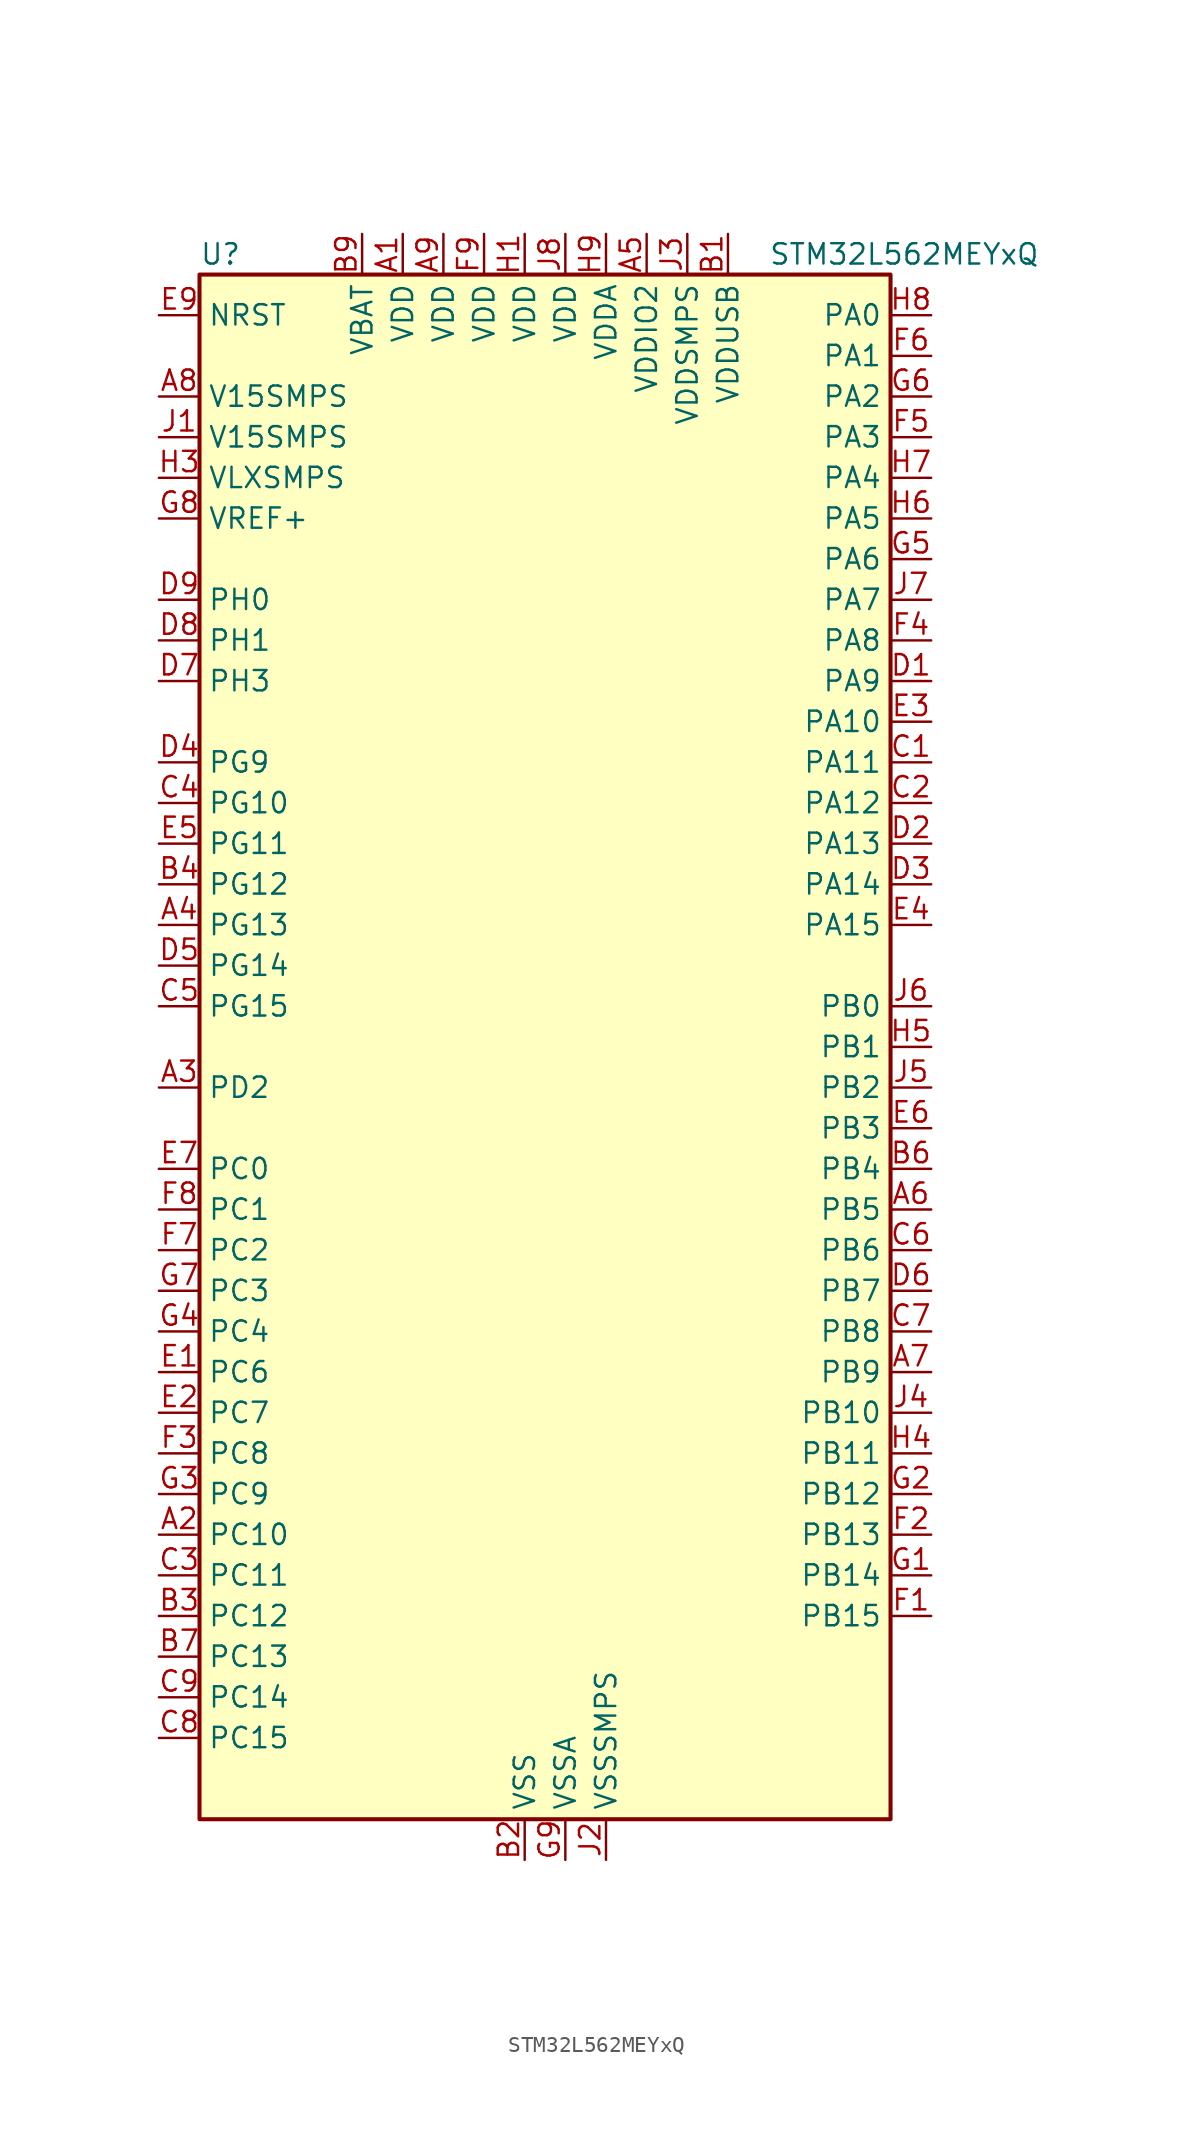
<source format=kicad_sym>
(kicad_symbol_lib
  (version 20220914)
  (generator kicad_symbol_editor)
  (symbol "STM32L562MEYxQ"
    (property "Reference" "U"
      (at -20.32 49.53 0)
      (effects (font (size 1.27 1.27)) (justify left)))
    (property "Value" "STM32L562MEYxQ"
      (at 15.24 49.53 0)
      (effects (font (size 1.27 1.27)) (justify left)))
    (property "ki_locked" ""
      (at 0 0 0)
      (effects (font (size 1.27 1.27))))
    (symbol "STM32L562MEYxQ_0_1"
      (rectangle (start -20.32 -48.26) (end 22.86 48.26) (stroke (width 0.254) (type default)) (fill (type background))))
    (symbol "STM32L562MEYxQ_1_1"
      (pin power_in line (at -7.62 50.8 270) (length 2.54) (name "VDD" (effects (font (size 1.27 1.27)))) (number "A1" (effects (font (size 1.27 1.27)))))
      (pin bidirectional line (at -22.86 -30.48 0) (length 2.54) (name "PC10" (effects (font (size 1.27 1.27)))) (number "A2" (effects (font (size 1.27 1.27)))) (alternate "DEBUG_TRACED1" bidirectional line) (alternate "LPTIM3_ETR" bidirectional line) (alternate "SAI2_SCK_B" bidirectional line) (alternate "SDMMC1_D2" bidirectional line) (alternate "SPI3_SCK" bidirectional line) (alternate "TSC_G3_IO2" bidirectional line) (alternate "UART4_TX" bidirectional line) (alternate "USART3_TX" bidirectional line))
      (pin bidirectional line (at -22.86 -2.54 0) (length 2.54) (name "PD2" (effects (font (size 1.27 1.27)))) (number "A3" (effects (font (size 1.27 1.27)))) (alternate "DEBUG_TRACED2" bidirectional line) (alternate "SDMMC1_CMD" bidirectional line) (alternate "TIM3_ETR" bidirectional line) (alternate "TSC_SYNC" bidirectional line) (alternate "UART5_RX" bidirectional line) (alternate "USART3_DE" bidirectional line) (alternate "USART3_RTS" bidirectional line))
      (pin bidirectional line (at -22.86 7.62 0) (length 2.54) (name "PG13" (effects (font (size 1.27 1.27)))) (number "A4" (effects (font (size 1.27 1.27)))) (alternate "I2C1_SDA" bidirectional line) (alternate "USART1_CK" bidirectional line))
      (pin power_in line (at 7.62 50.8 270) (length 2.54) (name "VDDIO2" (effects (font (size 1.27 1.27)))) (number "A5" (effects (font (size 1.27 1.27)))))
      (pin bidirectional line (at 25.4 -10.16 180) (length 2.54) (name "PB5" (effects (font (size 1.27 1.27)))) (number "A6" (effects (font (size 1.27 1.27)))) (alternate "COMP2_OUT" bidirectional line) (alternate "I2C1_SMBA" bidirectional line) (alternate "LPTIM1_IN1" bidirectional line) (alternate "OCTOSPI1_NCLK" bidirectional line) (alternate "SAI1_SD_B" bidirectional line) (alternate "SPI1_MOSI" bidirectional line) (alternate "SPI3_MOSI" bidirectional line) (alternate "TIM16_BKIN" bidirectional line) (alternate "TIM3_CH2" bidirectional line) (alternate "TSC_G2_IO2" bidirectional line) (alternate "UART5_CTS" bidirectional line) (alternate "UCPD1_DBCC1" bidirectional line) (alternate "USART1_CK" bidirectional line))
      (pin bidirectional line (at 25.4 -20.32 180) (length 2.54) (name "PB9" (effects (font (size 1.27 1.27)))) (number "A7" (effects (font (size 1.27 1.27)))) (alternate "DAC1_EXTI9" bidirectional line) (alternate "FDCAN1_TX" bidirectional line) (alternate "I2C1_SDA" bidirectional line) (alternate "IR_OUT" bidirectional line) (alternate "SAI1_D2" bidirectional line) (alternate "SAI1_FS_A" bidirectional line) (alternate "SDMMC1_CDIR" bidirectional line) (alternate "SDMMC1_D5" bidirectional line) (alternate "SPI2_NSS" bidirectional line) (alternate "TIM17_CH1" bidirectional line) (alternate "TIM4_CH4" bidirectional line))
      (pin power_in line (at -22.86 40.64 0) (length 2.54) (name "V15SMPS" (effects (font (size 1.27 1.27)))) (number "A8" (effects (font (size 1.27 1.27)))))
      (pin power_in line (at -5.08 50.8 270) (length 2.54) (name "VDD" (effects (font (size 1.27 1.27)))) (number "A9" (effects (font (size 1.27 1.27)))))
      (pin power_in line (at 12.7 50.8 270) (length 2.54) (name "VDDUSB" (effects (font (size 1.27 1.27)))) (number "B1" (effects (font (size 1.27 1.27)))))
      (pin power_in line (at 0 -50.8 90) (length 2.54) (name "VSS" (effects (font (size 1.27 1.27)))) (number "B2" (effects (font (size 1.27 1.27)))))
      (pin bidirectional line (at -22.86 -35.56 0) (length 2.54) (name "PC12" (effects (font (size 1.27 1.27)))) (number "B3" (effects (font (size 1.27 1.27)))) (alternate "DEBUG_TRACED3" bidirectional line) (alternate "SAI2_SD_B" bidirectional line) (alternate "SDMMC1_CK" bidirectional line) (alternate "SPI3_MOSI" bidirectional line) (alternate "TSC_G3_IO4" bidirectional line) (alternate "UART5_TX" bidirectional line) (alternate "USART3_CK" bidirectional line))
      (pin bidirectional line (at -22.86 10.16 0) (length 2.54) (name "PG12" (effects (font (size 1.27 1.27)))) (number "B4" (effects (font (size 1.27 1.27)))) (alternate "LPTIM1_ETR" bidirectional line) (alternate "SAI2_SD_A" bidirectional line) (alternate "SPI3_NSS" bidirectional line) (alternate "USART1_DE" bidirectional line) (alternate "USART1_RTS" bidirectional line))
      (pin passive line (at 0 -50.8 90) (length 2.54) hide (name "VSS" (effects (font (size 1.27 1.27)))) (number "B5" (effects (font (size 1.27 1.27)))))
      (pin bidirectional line (at 25.4 -7.62 180) (length 2.54) (name "PB4" (effects (font (size 1.27 1.27)))) (number "B6" (effects (font (size 1.27 1.27)))) (alternate "COMP2_INP" bidirectional line) (alternate "DEBUG_JTRST" bidirectional line) (alternate "I2C3_SDA" bidirectional line) (alternate "SAI1_MCLK_B" bidirectional line) (alternate "SPI1_MISO" bidirectional line) (alternate "SPI3_MISO" bidirectional line) (alternate "TIM17_BKIN" bidirectional line) (alternate "TIM3_CH1" bidirectional line) (alternate "TSC_G2_IO1" bidirectional line) (alternate "UART5_DE" bidirectional line) (alternate "UART5_RTS" bidirectional line) (alternate "USART1_CTS" bidirectional line) (alternate "USART1_NSS" bidirectional line))
      (pin bidirectional line (at -22.86 -38.1 0) (length 2.54) (name "PC13" (effects (font (size 1.27 1.27)))) (number "B7" (effects (font (size 1.27 1.27)))) (alternate "PWR_WKUP2" bidirectional line) (alternate "RTC_OUT1" bidirectional line) (alternate "RTC_TS" bidirectional line) (alternate "TAMP_IN1" bidirectional line) (alternate "TAMP_OUT2" bidirectional line))
      (pin passive line (at 0 -50.8 90) (length 2.54) hide (name "VSS" (effects (font (size 1.27 1.27)))) (number "B8" (effects (font (size 1.27 1.27)))))
      (pin power_in line (at -10.16 50.8 270) (length 2.54) (name "VBAT" (effects (font (size 1.27 1.27)))) (number "B9" (effects (font (size 1.27 1.27)))))
      (pin bidirectional line (at 25.4 17.78 180) (length 2.54) (name "PA11" (effects (font (size 1.27 1.27)))) (number "C1" (effects (font (size 1.27 1.27)))) (alternate "ADC1_EXTI11" bidirectional line) (alternate "ADC2_EXTI11" bidirectional line) (alternate "FDCAN1_RX" bidirectional line) (alternate "SPI1_MISO" bidirectional line) (alternate "TIM1_BKIN2" bidirectional line) (alternate "TIM1_CH4" bidirectional line) (alternate "USART1_CTS" bidirectional line) (alternate "USART1_NSS" bidirectional line) (alternate "USB_DM" bidirectional line))
      (pin bidirectional line (at 25.4 15.24 180) (length 2.54) (name "PA12" (effects (font (size 1.27 1.27)))) (number "C2" (effects (font (size 1.27 1.27)))) (alternate "FDCAN1_TX" bidirectional line) (alternate "SPI1_MOSI" bidirectional line) (alternate "TIM1_ETR" bidirectional line) (alternate "USART1_DE" bidirectional line) (alternate "USART1_RTS" bidirectional line) (alternate "USB_DP" bidirectional line))
      (pin bidirectional line (at -22.86 -33.02 0) (length 2.54) (name "PC11" (effects (font (size 1.27 1.27)))) (number "C3" (effects (font (size 1.27 1.27)))) (alternate "ADC1_EXTI11" bidirectional line) (alternate "ADC2_EXTI11" bidirectional line) (alternate "LPTIM3_IN1" bidirectional line) (alternate "OCTOSPI1_NCS" bidirectional line) (alternate "SAI2_MCLK_B" bidirectional line) (alternate "SDMMC1_D3" bidirectional line) (alternate "SPI3_MISO" bidirectional line) (alternate "TSC_G3_IO3" bidirectional line) (alternate "UART4_RX" bidirectional line) (alternate "UCPD1_FRSTX2" bidirectional line) (alternate "USART3_RX" bidirectional line))
      (pin bidirectional line (at -22.86 15.24 0) (length 2.54) (name "PG10" (effects (font (size 1.27 1.27)))) (number "C4" (effects (font (size 1.27 1.27)))) (alternate "LPTIM1_IN1" bidirectional line) (alternate "SAI2_FS_A" bidirectional line) (alternate "SPI3_MISO" bidirectional line) (alternate "TIM15_CH1" bidirectional line) (alternate "USART1_RX" bidirectional line))
      (pin bidirectional line (at -22.86 2.54 0) (length 2.54) (name "PG15" (effects (font (size 1.27 1.27)))) (number "C5" (effects (font (size 1.27 1.27)))) (alternate "ADC1_EXTI15" bidirectional line) (alternate "ADC2_EXTI15" bidirectional line) (alternate "I2C1_SMBA" bidirectional line) (alternate "LPTIM1_OUT" bidirectional line))
      (pin bidirectional line (at 25.4 -12.7 180) (length 2.54) (name "PB6" (effects (font (size 1.27 1.27)))) (number "C6" (effects (font (size 1.27 1.27)))) (alternate "COMP2_INP" bidirectional line) (alternate "I2C1_SCL" bidirectional line) (alternate "I2C4_SCL" bidirectional line) (alternate "LPTIM1_ETR" bidirectional line) (alternate "SAI1_FS_B" bidirectional line) (alternate "TIM16_CH1N" bidirectional line) (alternate "TIM4_CH1" bidirectional line) (alternate "TIM8_BKIN2" bidirectional line) (alternate "TSC_G2_IO3" bidirectional line) (alternate "USART1_TX" bidirectional line))
      (pin bidirectional line (at 25.4 -17.78 180) (length 2.54) (name "PB8" (effects (font (size 1.27 1.27)))) (number "C7" (effects (font (size 1.27 1.27)))) (alternate "DFSDM1_CKOUT" bidirectional line) (alternate "FDCAN1_RX" bidirectional line) (alternate "I2C1_SCL" bidirectional line) (alternate "SAI1_CK1" bidirectional line) (alternate "SAI1_MCLK_A" bidirectional line) (alternate "SDMMC1_CKIN" bidirectional line) (alternate "SDMMC1_D4" bidirectional line) (alternate "TIM16_CH1" bidirectional line) (alternate "TIM4_CH3" bidirectional line))
      (pin bidirectional line (at -22.86 -43.18 0) (length 2.54) (name "PC15" (effects (font (size 1.27 1.27)))) (number "C8" (effects (font (size 1.27 1.27)))) (alternate "ADC1_EXTI15" bidirectional line) (alternate "ADC2_EXTI15" bidirectional line) (alternate "RCC_OSC32_OUT" bidirectional line))
      (pin bidirectional line (at -22.86 -40.64 0) (length 2.54) (name "PC14" (effects (font (size 1.27 1.27)))) (number "C9" (effects (font (size 1.27 1.27)))) (alternate "RCC_OSC32_IN" bidirectional line))
      (pin bidirectional line (at 25.4 22.86 180) (length 2.54) (name "PA9" (effects (font (size 1.27 1.27)))) (number "D1" (effects (font (size 1.27 1.27)))) (alternate "DAC1_EXTI9" bidirectional line) (alternate "SAI1_FS_A" bidirectional line) (alternate "SPI2_SCK" bidirectional line) (alternate "TIM15_BKIN" bidirectional line) (alternate "TIM1_CH2" bidirectional line) (alternate "USART1_TX" bidirectional line))
      (pin bidirectional line (at 25.4 12.7 180) (length 2.54) (name "PA13" (effects (font (size 1.27 1.27)))) (number "D2" (effects (font (size 1.27 1.27)))) (alternate "DEBUG_JTMS-SWDIO" bidirectional line) (alternate "IR_OUT" bidirectional line) (alternate "SAI1_SD_B" bidirectional line) (alternate "USB_NOE" bidirectional line))
      (pin bidirectional line (at 25.4 10.16 180) (length 2.54) (name "PA14" (effects (font (size 1.27 1.27)))) (number "D3" (effects (font (size 1.27 1.27)))) (alternate "DEBUG_JTCK-SWCLK" bidirectional line) (alternate "I2C1_SMBA" bidirectional line) (alternate "I2C4_SMBA" bidirectional line) (alternate "LPTIM1_OUT" bidirectional line) (alternate "SAI1_FS_B" bidirectional line))
      (pin bidirectional line (at -22.86 17.78 0) (length 2.54) (name "PG9" (effects (font (size 1.27 1.27)))) (number "D4" (effects (font (size 1.27 1.27)))) (alternate "DAC1_EXTI9" bidirectional line) (alternate "SAI2_SCK_A" bidirectional line) (alternate "SPI3_SCK" bidirectional line) (alternate "TIM15_CH1N" bidirectional line) (alternate "USART1_TX" bidirectional line))
      (pin bidirectional line (at -22.86 5.08 0) (length 2.54) (name "PG14" (effects (font (size 1.27 1.27)))) (number "D5" (effects (font (size 1.27 1.27)))) (alternate "I2C1_SCL" bidirectional line))
      (pin bidirectional line (at 25.4 -15.24 180) (length 2.54) (name "PB7" (effects (font (size 1.27 1.27)))) (number "D6" (effects (font (size 1.27 1.27)))) (alternate "COMP2_INM" bidirectional line) (alternate "I2C1_SDA" bidirectional line) (alternate "I2C4_SDA" bidirectional line) (alternate "LPTIM1_IN2" bidirectional line) (alternate "PWR_PVD_IN" bidirectional line) (alternate "TIM17_CH1N" bidirectional line) (alternate "TIM4_CH2" bidirectional line) (alternate "TIM8_BKIN" bidirectional line) (alternate "TSC_G2_IO4" bidirectional line) (alternate "UART4_CTS" bidirectional line) (alternate "USART1_RX" bidirectional line))
      (pin bidirectional line (at -22.86 22.86 0) (length 2.54) (name "PH3" (effects (font (size 1.27 1.27)))) (number "D7" (effects (font (size 1.27 1.27)))))
      (pin bidirectional line (at -22.86 25.4 0) (length 2.54) (name "PH1" (effects (font (size 1.27 1.27)))) (number "D8" (effects (font (size 1.27 1.27)))) (alternate "RCC_OSC_OUT" bidirectional line))
      (pin bidirectional line (at -22.86 27.94 0) (length 2.54) (name "PH0" (effects (font (size 1.27 1.27)))) (number "D9" (effects (font (size 1.27 1.27)))) (alternate "RCC_OSC_IN" bidirectional line))
      (pin bidirectional line (at -22.86 -20.32 0) (length 2.54) (name "PC6" (effects (font (size 1.27 1.27)))) (number "E1" (effects (font (size 1.27 1.27)))) (alternate "DFSDM1_CKIN3" bidirectional line) (alternate "SAI2_MCLK_A" bidirectional line) (alternate "SDMMC1_D0DIR" bidirectional line) (alternate "SDMMC1_D6" bidirectional line) (alternate "TIM3_CH1" bidirectional line) (alternate "TIM8_CH1" bidirectional line) (alternate "TSC_G4_IO1" bidirectional line))
      (pin bidirectional line (at -22.86 -22.86 0) (length 2.54) (name "PC7" (effects (font (size 1.27 1.27)))) (number "E2" (effects (font (size 1.27 1.27)))) (alternate "DFSDM1_DATIN3" bidirectional line) (alternate "SAI2_MCLK_B" bidirectional line) (alternate "SDMMC1_D123DIR" bidirectional line) (alternate "SDMMC1_D7" bidirectional line) (alternate "TIM3_CH2" bidirectional line) (alternate "TIM8_CH2" bidirectional line) (alternate "TSC_G4_IO2" bidirectional line))
      (pin bidirectional line (at 25.4 20.32 180) (length 2.54) (name "PA10" (effects (font (size 1.27 1.27)))) (number "E3" (effects (font (size 1.27 1.27)))) (alternate "CRS_SYNC" bidirectional line) (alternate "SAI1_D1" bidirectional line) (alternate "SAI1_SD_A" bidirectional line) (alternate "TIM17_BKIN" bidirectional line) (alternate "TIM1_CH3" bidirectional line) (alternate "USART1_RX" bidirectional line))
      (pin bidirectional line (at 25.4 7.62 180) (length 2.54) (name "PA15" (effects (font (size 1.27 1.27)))) (number "E4" (effects (font (size 1.27 1.27)))) (alternate "ADC1_EXTI15" bidirectional line) (alternate "ADC2_EXTI15" bidirectional line) (alternate "DEBUG_JTDI" bidirectional line) (alternate "SAI2_FS_B" bidirectional line) (alternate "SPI1_NSS" bidirectional line) (alternate "SPI3_NSS" bidirectional line) (alternate "TIM2_CH1" bidirectional line) (alternate "TIM2_ETR" bidirectional line) (alternate "UART4_DE" bidirectional line) (alternate "UART4_RTS" bidirectional line) (alternate "UCPD1_CC1" bidirectional line) (alternate "USART2_RX" bidirectional line) (alternate "USART3_DE" bidirectional line) (alternate "USART3_RTS" bidirectional line))
      (pin bidirectional line (at -22.86 12.7 0) (length 2.54) (name "PG11" (effects (font (size 1.27 1.27)))) (number "E5" (effects (font (size 1.27 1.27)))) (alternate "ADC1_EXTI11" bidirectional line) (alternate "ADC2_EXTI11" bidirectional line) (alternate "LPTIM1_IN2" bidirectional line) (alternate "OCTOSPI1_IO5" bidirectional line) (alternate "SAI2_MCLK_A" bidirectional line) (alternate "SPI3_MOSI" bidirectional line) (alternate "TIM15_CH2" bidirectional line) (alternate "USART1_CTS" bidirectional line) (alternate "USART1_NSS" bidirectional line))
      (pin bidirectional line (at 25.4 -5.08 180) (length 2.54) (name "PB3" (effects (font (size 1.27 1.27)))) (number "E6" (effects (font (size 1.27 1.27)))) (alternate "COMP2_INM" bidirectional line) (alternate "CRS_SYNC" bidirectional line) (alternate "DEBUG_JTDO-SWO" bidirectional line) (alternate "SAI1_SCK_B" bidirectional line) (alternate "SPI1_SCK" bidirectional line) (alternate "SPI3_SCK" bidirectional line) (alternate "TIM2_CH2" bidirectional line) (alternate "USART1_DE" bidirectional line) (alternate "USART1_RTS" bidirectional line))
      (pin bidirectional line (at -22.86 -7.62 0) (length 2.54) (name "PC0" (effects (font (size 1.27 1.27)))) (number "E7" (effects (font (size 1.27 1.27)))) (alternate "ADC1_IN1" bidirectional line) (alternate "ADC2_IN1" bidirectional line) (alternate "I2C3_SCL" bidirectional line) (alternate "LPTIM1_IN1" bidirectional line) (alternate "LPTIM2_IN1" bidirectional line) (alternate "LPUART1_RX" bidirectional line) (alternate "OCTOSPI1_IO7" bidirectional line) (alternate "SAI2_FS_A" bidirectional line) (alternate "SDMMC1_D5" bidirectional line))
      (pin passive line (at 0 -50.8 90) (length 2.54) hide (name "VSS" (effects (font (size 1.27 1.27)))) (number "E8" (effects (font (size 1.27 1.27)))))
      (pin input line (at -22.86 45.72 0) (length 2.54) (name "NRST" (effects (font (size 1.27 1.27)))) (number "E9" (effects (font (size 1.27 1.27)))))
      (pin bidirectional line (at 25.4 -35.56 180) (length 2.54) (name "PB15" (effects (font (size 1.27 1.27)))) (number "F1" (effects (font (size 1.27 1.27)))) (alternate "ADC1_EXTI15" bidirectional line) (alternate "ADC2_EXTI15" bidirectional line) (alternate "DFSDM1_CKIN2" bidirectional line) (alternate "RTC_REFIN" bidirectional line) (alternate "SAI2_SD_A" bidirectional line) (alternate "SPI2_MOSI" bidirectional line) (alternate "TIM15_CH2" bidirectional line) (alternate "TIM1_CH3N" bidirectional line) (alternate "TIM8_CH3N" bidirectional line) (alternate "UCPD1_CC2" bidirectional line))
      (pin bidirectional line (at 25.4 -30.48 180) (length 2.54) (name "PB13" (effects (font (size 1.27 1.27)))) (number "F2" (effects (font (size 1.27 1.27)))) (alternate "DFSDM1_CKIN1" bidirectional line) (alternate "I2C2_SCL" bidirectional line) (alternate "LPTIM3_IN1" bidirectional line) (alternate "LPUART1_CTS" bidirectional line) (alternate "SAI2_SCK_A" bidirectional line) (alternate "SPI2_SCK" bidirectional line) (alternate "TIM15_CH1N" bidirectional line) (alternate "TIM1_CH1N" bidirectional line) (alternate "TSC_G1_IO2" bidirectional line) (alternate "UCPD1_FRSTX2" bidirectional line) (alternate "USART3_CTS" bidirectional line) (alternate "USART3_NSS" bidirectional line))
      (pin bidirectional line (at -22.86 -25.4 0) (length 2.54) (name "PC8" (effects (font (size 1.27 1.27)))) (number "F3" (effects (font (size 1.27 1.27)))) (alternate "SDMMC1_D0" bidirectional line) (alternate "TIM3_CH3" bidirectional line) (alternate "TIM8_CH3" bidirectional line) (alternate "TSC_G4_IO3" bidirectional line))
      (pin bidirectional line (at 25.4 25.4 180) (length 2.54) (name "PA8" (effects (font (size 1.27 1.27)))) (number "F4" (effects (font (size 1.27 1.27)))) (alternate "LPTIM2_OUT" bidirectional line) (alternate "RCC_MCO" bidirectional line) (alternate "SAI1_CK2" bidirectional line) (alternate "SAI1_SCK_A" bidirectional line) (alternate "TIM1_CH1" bidirectional line) (alternate "USART1_CK" bidirectional line))
      (pin bidirectional line (at 25.4 38.1 180) (length 2.54) (name "PA3" (effects (font (size 1.27 1.27)))) (number "F5" (effects (font (size 1.27 1.27)))) (alternate "ADC1_IN8" bidirectional line) (alternate "ADC2_IN8" bidirectional line) (alternate "LPUART1_RX" bidirectional line) (alternate "OCTOSPI1_CLK" bidirectional line) (alternate "OPAMP1_VOUT" bidirectional line) (alternate "SAI1_CK1" bidirectional line) (alternate "SAI1_MCLK_A" bidirectional line) (alternate "TIM15_CH2" bidirectional line) (alternate "TIM2_CH4" bidirectional line) (alternate "TIM5_CH4" bidirectional line) (alternate "USART2_RX" bidirectional line))
      (pin bidirectional line (at 25.4 43.18 180) (length 2.54) (name "PA1" (effects (font (size 1.27 1.27)))) (number "F6" (effects (font (size 1.27 1.27)))) (alternate "ADC1_IN6" bidirectional line) (alternate "ADC2_IN6" bidirectional line) (alternate "I2C1_SMBA" bidirectional line) (alternate "OCTOSPI1_DQS" bidirectional line) (alternate "OPAMP1_VINM" bidirectional line) (alternate "SPI1_SCK" bidirectional line) (alternate "TAMP_IN5" bidirectional line) (alternate "TAMP_OUT4" bidirectional line) (alternate "TIM15_CH1N" bidirectional line) (alternate "TIM2_CH2" bidirectional line) (alternate "TIM5_CH2" bidirectional line) (alternate "UART4_RX" bidirectional line) (alternate "USART2_DE" bidirectional line) (alternate "USART2_RTS" bidirectional line))
      (pin bidirectional line (at -22.86 -12.7 0) (length 2.54) (name "PC2" (effects (font (size 1.27 1.27)))) (number "F7" (effects (font (size 1.27 1.27)))) (alternate "ADC1_IN3" bidirectional line) (alternate "ADC2_IN3" bidirectional line) (alternate "DFSDM1_CKOUT" bidirectional line) (alternate "LPTIM1_IN2" bidirectional line) (alternate "OCTOSPI1_IO5" bidirectional line) (alternate "SPI2_MISO" bidirectional line))
      (pin bidirectional line (at -22.86 -10.16 0) (length 2.54) (name "PC1" (effects (font (size 1.27 1.27)))) (number "F8" (effects (font (size 1.27 1.27)))) (alternate "ADC1_IN2" bidirectional line) (alternate "ADC2_IN2" bidirectional line) (alternate "DEBUG_TRACED0" bidirectional line) (alternate "I2C3_SDA" bidirectional line) (alternate "LPTIM1_OUT" bidirectional line) (alternate "LPUART1_TX" bidirectional line) (alternate "OCTOSPI1_IO4" bidirectional line) (alternate "SAI1_SD_A" bidirectional line) (alternate "SPI2_MOSI" bidirectional line))
      (pin power_in line (at -2.54 50.8 270) (length 2.54) (name "VDD" (effects (font (size 1.27 1.27)))) (number "F9" (effects (font (size 1.27 1.27)))))
      (pin bidirectional line (at 25.4 -33.02 180) (length 2.54) (name "PB14" (effects (font (size 1.27 1.27)))) (number "G1" (effects (font (size 1.27 1.27)))) (alternate "DFSDM1_DATIN2" bidirectional line) (alternate "I2C2_SDA" bidirectional line) (alternate "LPTIM3_ETR" bidirectional line) (alternate "SAI2_MCLK_A" bidirectional line) (alternate "SPI2_MISO" bidirectional line) (alternate "TIM15_CH1" bidirectional line) (alternate "TIM1_CH2N" bidirectional line) (alternate "TIM8_CH2N" bidirectional line) (alternate "TSC_G1_IO3" bidirectional line) (alternate "UCPD1_DBCC2" bidirectional line) (alternate "USART3_DE" bidirectional line) (alternate "USART3_RTS" bidirectional line))
      (pin bidirectional line (at 25.4 -27.94 180) (length 2.54) (name "PB12" (effects (font (size 1.27 1.27)))) (number "G2" (effects (font (size 1.27 1.27)))) (alternate "DFSDM1_DATIN1" bidirectional line) (alternate "I2C2_SMBA" bidirectional line) (alternate "LPUART1_DE" bidirectional line) (alternate "LPUART1_RTS" bidirectional line) (alternate "OCTOSPI1_NCLK" bidirectional line) (alternate "SAI2_FS_A" bidirectional line) (alternate "SPI2_NSS" bidirectional line) (alternate "TIM15_BKIN" bidirectional line) (alternate "TIM1_BKIN" bidirectional line) (alternate "TSC_G1_IO1" bidirectional line) (alternate "USART3_CK" bidirectional line))
      (pin bidirectional line (at -22.86 -27.94 0) (length 2.54) (name "PC9" (effects (font (size 1.27 1.27)))) (number "G3" (effects (font (size 1.27 1.27)))) (alternate "DAC1_EXTI9" bidirectional line) (alternate "DEBUG_TRACED0" bidirectional line) (alternate "SAI2_EXTCLK" bidirectional line) (alternate "SDMMC1_D1" bidirectional line) (alternate "TIM3_CH4" bidirectional line) (alternate "TIM8_BKIN2" bidirectional line) (alternate "TIM8_CH4" bidirectional line) (alternate "TSC_G4_IO4" bidirectional line) (alternate "USB_NOE" bidirectional line))
      (pin bidirectional line (at -22.86 -17.78 0) (length 2.54) (name "PC4" (effects (font (size 1.27 1.27)))) (number "G4" (effects (font (size 1.27 1.27)))) (alternate "ADC1_IN13" bidirectional line) (alternate "ADC2_IN13" bidirectional line) (alternate "COMP1_INM" bidirectional line) (alternate "OCTOSPI1_IO7" bidirectional line) (alternate "USART3_TX" bidirectional line))
      (pin bidirectional line (at 25.4 30.48 180) (length 2.54) (name "PA6" (effects (font (size 1.27 1.27)))) (number "G5" (effects (font (size 1.27 1.27)))) (alternate "ADC1_IN11" bidirectional line) (alternate "ADC2_IN11" bidirectional line) (alternate "LPUART1_CTS" bidirectional line) (alternate "OCTOSPI1_IO3" bidirectional line) (alternate "OPAMP2_VINP" bidirectional line) (alternate "SPI1_MISO" bidirectional line) (alternate "TIM16_CH1" bidirectional line) (alternate "TIM1_BKIN" bidirectional line) (alternate "TIM3_CH1" bidirectional line) (alternate "TIM8_BKIN" bidirectional line) (alternate "USART3_CTS" bidirectional line) (alternate "USART3_NSS" bidirectional line))
      (pin bidirectional line (at 25.4 40.64 180) (length 2.54) (name "PA2" (effects (font (size 1.27 1.27)))) (number "G6" (effects (font (size 1.27 1.27)))) (alternate "ADC1_IN7" bidirectional line) (alternate "ADC2_IN7" bidirectional line) (alternate "COMP1_INP" bidirectional line) (alternate "LPUART1_TX" bidirectional line) (alternate "OCTOSPI1_NCS" bidirectional line) (alternate "PWR_WKUP4" bidirectional line) (alternate "RCC_LSCO" bidirectional line) (alternate "SAI2_EXTCLK" bidirectional line) (alternate "TIM15_CH1" bidirectional line) (alternate "TIM2_CH3" bidirectional line) (alternate "TIM5_CH3" bidirectional line) (alternate "UCPD1_FRSTX1" bidirectional line) (alternate "USART2_TX" bidirectional line))
      (pin bidirectional line (at -22.86 -15.24 0) (length 2.54) (name "PC3" (effects (font (size 1.27 1.27)))) (number "G7" (effects (font (size 1.27 1.27)))) (alternate "ADC1_IN4" bidirectional line) (alternate "ADC2_IN4" bidirectional line) (alternate "LPTIM1_ETR" bidirectional line) (alternate "LPTIM2_ETR" bidirectional line) (alternate "LPTIM3_OUT" bidirectional line) (alternate "OCTOSPI1_IO6" bidirectional line) (alternate "SAI1_D1" bidirectional line) (alternate "SAI1_SD_A" bidirectional line) (alternate "SPI2_MOSI" bidirectional line))
      (pin input line (at -22.86 33.02 0) (length 2.54) (name "VREF+" (effects (font (size 1.27 1.27)))) (number "G8" (effects (font (size 1.27 1.27)))))
      (pin power_in line (at 2.54 -50.8 90) (length 2.54) (name "VSSA" (effects (font (size 1.27 1.27)))) (number "G9" (effects (font (size 1.27 1.27)))))
      (pin power_in line (at 0 50.8 270) (length 2.54) (name "VDD" (effects (font (size 1.27 1.27)))) (number "H1" (effects (font (size 1.27 1.27)))))
      (pin passive line (at 0 -50.8 90) (length 2.54) hide (name "VSS" (effects (font (size 1.27 1.27)))) (number "H2" (effects (font (size 1.27 1.27)))))
      (pin power_in line (at -22.86 35.56 0) (length 2.54) (name "VLXSMPS" (effects (font (size 1.27 1.27)))) (number "H3" (effects (font (size 1.27 1.27)))))
      (pin bidirectional line (at 25.4 -25.4 180) (length 2.54) (name "PB11" (effects (font (size 1.27 1.27)))) (number "H4" (effects (font (size 1.27 1.27)))) (alternate "ADC1_EXTI11" bidirectional line) (alternate "ADC2_EXTI11" bidirectional line) (alternate "COMP2_OUT" bidirectional line) (alternate "I2C2_SDA" bidirectional line) (alternate "I2C4_SDA" bidirectional line) (alternate "LPUART1_TX" bidirectional line) (alternate "OCTOSPI1_NCS" bidirectional line) (alternate "TIM2_CH4" bidirectional line) (alternate "USART3_RX" bidirectional line))
      (pin bidirectional line (at 25.4 0 180) (length 2.54) (name "PB1" (effects (font (size 1.27 1.27)))) (number "H5" (effects (font (size 1.27 1.27)))) (alternate "ADC1_IN16" bidirectional line) (alternate "ADC2_IN16" bidirectional line) (alternate "COMP1_INM" bidirectional line) (alternate "DFSDM1_DATIN0" bidirectional line) (alternate "LPTIM2_IN1" bidirectional line) (alternate "LPUART1_DE" bidirectional line) (alternate "LPUART1_RTS" bidirectional line) (alternate "OCTOSPI1_IO0" bidirectional line) (alternate "TIM1_CH3N" bidirectional line) (alternate "TIM3_CH4" bidirectional line) (alternate "TIM8_CH3N" bidirectional line) (alternate "USART3_DE" bidirectional line) (alternate "USART3_RTS" bidirectional line))
      (pin bidirectional line (at 25.4 33.02 180) (length 2.54) (name "PA5" (effects (font (size 1.27 1.27)))) (number "H6" (effects (font (size 1.27 1.27)))) (alternate "ADC1_IN10" bidirectional line) (alternate "ADC2_IN10" bidirectional line) (alternate "DAC1_OUT2" bidirectional line) (alternate "LPTIM2_ETR" bidirectional line) (alternate "SPI1_SCK" bidirectional line) (alternate "TIM2_CH1" bidirectional line) (alternate "TIM2_ETR" bidirectional line) (alternate "TIM8_CH1N" bidirectional line))
      (pin bidirectional line (at 25.4 35.56 180) (length 2.54) (name "PA4" (effects (font (size 1.27 1.27)))) (number "H7" (effects (font (size 1.27 1.27)))) (alternate "ADC1_IN9" bidirectional line) (alternate "ADC2_IN9" bidirectional line) (alternate "DAC1_OUT1" bidirectional line) (alternate "LPTIM2_OUT" bidirectional line) (alternate "OCTOSPI1_NCS" bidirectional line) (alternate "SAI1_FS_B" bidirectional line) (alternate "SPI1_NSS" bidirectional line) (alternate "SPI3_NSS" bidirectional line) (alternate "USART2_CK" bidirectional line))
      (pin bidirectional line (at 25.4 45.72 180) (length 2.54) (name "PA0" (effects (font (size 1.27 1.27)))) (number "H8" (effects (font (size 1.27 1.27)))) (alternate "ADC1_IN5" bidirectional line) (alternate "ADC2_IN5" bidirectional line) (alternate "OPAMP1_VINP" bidirectional line) (alternate "PWR_WKUP1" bidirectional line) (alternate "SAI1_EXTCLK" bidirectional line) (alternate "TAMP_IN2" bidirectional line) (alternate "TAMP_OUT1" bidirectional line) (alternate "TIM2_CH1" bidirectional line) (alternate "TIM2_ETR" bidirectional line) (alternate "TIM5_CH1" bidirectional line) (alternate "TIM8_ETR" bidirectional line) (alternate "UART4_TX" bidirectional line) (alternate "USART2_CTS" bidirectional line) (alternate "USART2_NSS" bidirectional line))
      (pin power_in line (at 5.08 50.8 270) (length 2.54) (name "VDDA" (effects (font (size 1.27 1.27)))) (number "H9" (effects (font (size 1.27 1.27)))))
      (pin power_in line (at -22.86 38.1 0) (length 2.54) (name "V15SMPS" (effects (font (size 1.27 1.27)))) (number "J1" (effects (font (size 1.27 1.27)))))
      (pin power_in line (at 5.08 -50.8 90) (length 2.54) (name "VSSSMPS" (effects (font (size 1.27 1.27)))) (number "J2" (effects (font (size 1.27 1.27)))))
      (pin power_in line (at 10.16 50.8 270) (length 2.54) (name "VDDSMPS" (effects (font (size 1.27 1.27)))) (number "J3" (effects (font (size 1.27 1.27)))))
      (pin bidirectional line (at 25.4 -22.86 180) (length 2.54) (name "PB10" (effects (font (size 1.27 1.27)))) (number "J4" (effects (font (size 1.27 1.27)))) (alternate "COMP1_OUT" bidirectional line) (alternate "I2C2_SCL" bidirectional line) (alternate "I2C4_SCL" bidirectional line) (alternate "LPTIM3_OUT" bidirectional line) (alternate "LPUART1_RX" bidirectional line) (alternate "OCTOSPI1_CLK" bidirectional line) (alternate "SAI1_SCK_A" bidirectional line) (alternate "SPI2_SCK" bidirectional line) (alternate "TIM2_CH3" bidirectional line) (alternate "TSC_SYNC" bidirectional line) (alternate "USART3_TX" bidirectional line))
      (pin bidirectional line (at 25.4 -2.54 180) (length 2.54) (name "PB2" (effects (font (size 1.27 1.27)))) (number "J5" (effects (font (size 1.27 1.27)))) (alternate "COMP1_INP" bidirectional line) (alternate "DFSDM1_CKIN0" bidirectional line) (alternate "I2C3_SMBA" bidirectional line) (alternate "LPTIM1_OUT" bidirectional line) (alternate "OCTOSPI1_DQS" bidirectional line) (alternate "RTC_OUT2" bidirectional line) (alternate "UCPD1_FRSTX1" bidirectional line))
      (pin bidirectional line (at 25.4 2.54 180) (length 2.54) (name "PB0" (effects (font (size 1.27 1.27)))) (number "J6" (effects (font (size 1.27 1.27)))) (alternate "ADC1_IN15" bidirectional line) (alternate "ADC2_IN15" bidirectional line) (alternate "COMP1_OUT" bidirectional line) (alternate "OCTOSPI1_IO1" bidirectional line) (alternate "OPAMP2_VOUT" bidirectional line) (alternate "SAI1_EXTCLK" bidirectional line) (alternate "SPI1_NSS" bidirectional line) (alternate "TIM1_CH2N" bidirectional line) (alternate "TIM3_CH3" bidirectional line) (alternate "TIM8_CH2N" bidirectional line) (alternate "USART3_CK" bidirectional line))
      (pin bidirectional line (at 25.4 27.94 180) (length 2.54) (name "PA7" (effects (font (size 1.27 1.27)))) (number "J7" (effects (font (size 1.27 1.27)))) (alternate "ADC1_IN12" bidirectional line) (alternate "ADC2_IN12" bidirectional line) (alternate "I2C3_SCL" bidirectional line) (alternate "OCTOSPI1_IO2" bidirectional line) (alternate "OPAMP2_VINM" bidirectional line) (alternate "SPI1_MOSI" bidirectional line) (alternate "TIM17_CH1" bidirectional line) (alternate "TIM1_CH1N" bidirectional line) (alternate "TIM3_CH2" bidirectional line) (alternate "TIM8_CH1N" bidirectional line))
      (pin power_in line (at 2.54 50.8 270) (length 2.54) (name "VDD" (effects (font (size 1.27 1.27)))) (number "J8" (effects (font (size 1.27 1.27)))))
      (pin passive line (at 0 -50.8 90) (length 2.54) hide (name "VSS" (effects (font (size 1.27 1.27)))) (number "J9" (effects (font (size 1.27 1.27))))))))
</source>
